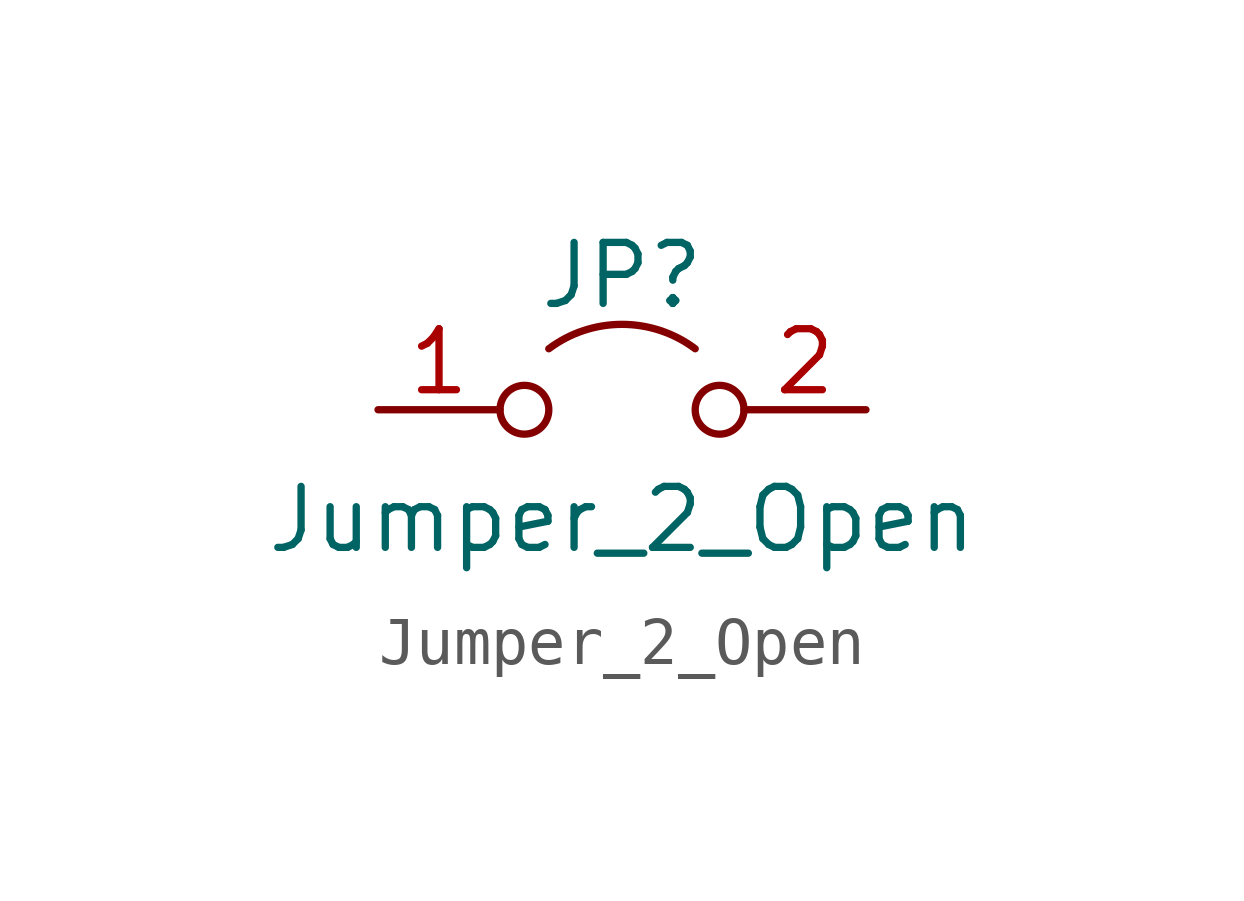
<source format=kicad_sym>
(kicad_symbol_lib
  (version 20220914)
  (generator kicad_symbol_editor)
  (symbol "Jumper_2_Open"
    (pin_names
      (offset 0) hide)
    (property "Reference" "JP"
      (at 0 2.794 0)
      (effects (font (size 1.27 1.27))))
    (property "Value" "Jumper_2_Open"
      (at 0 -2.286 0)
      (effects (font (size 1.27 1.27))))
    (symbol "Jumper_2_Open_0_0"
      (circle (center -2.032 0) (radius 0.508) (stroke (width 0) (type default)) (fill (type none)))
      (circle (center 2.032 0) (radius 0.508) (stroke (width 0) (type default)) (fill (type none))))
    (symbol "Jumper_2_Open_0_1"
      (arc (start 1.524 1.27) (mid 0 1.778) (end -1.524 1.27) (stroke (width 0) (type default)) (fill (type none))))
    (symbol "Jumper_2_Open_1_1"
      (pin passive line (at -5.08 0 0) (length 2.54) (name "A" (effects (font (size 1.27 1.27)))) (number "1" (effects (font (size 1.27 1.27)))))
      (pin passive line (at 5.08 0 180) (length 2.54) (name "B" (effects (font (size 1.27 1.27)))) (number "2" (effects (font (size 1.27 1.27))))))))
</source>
